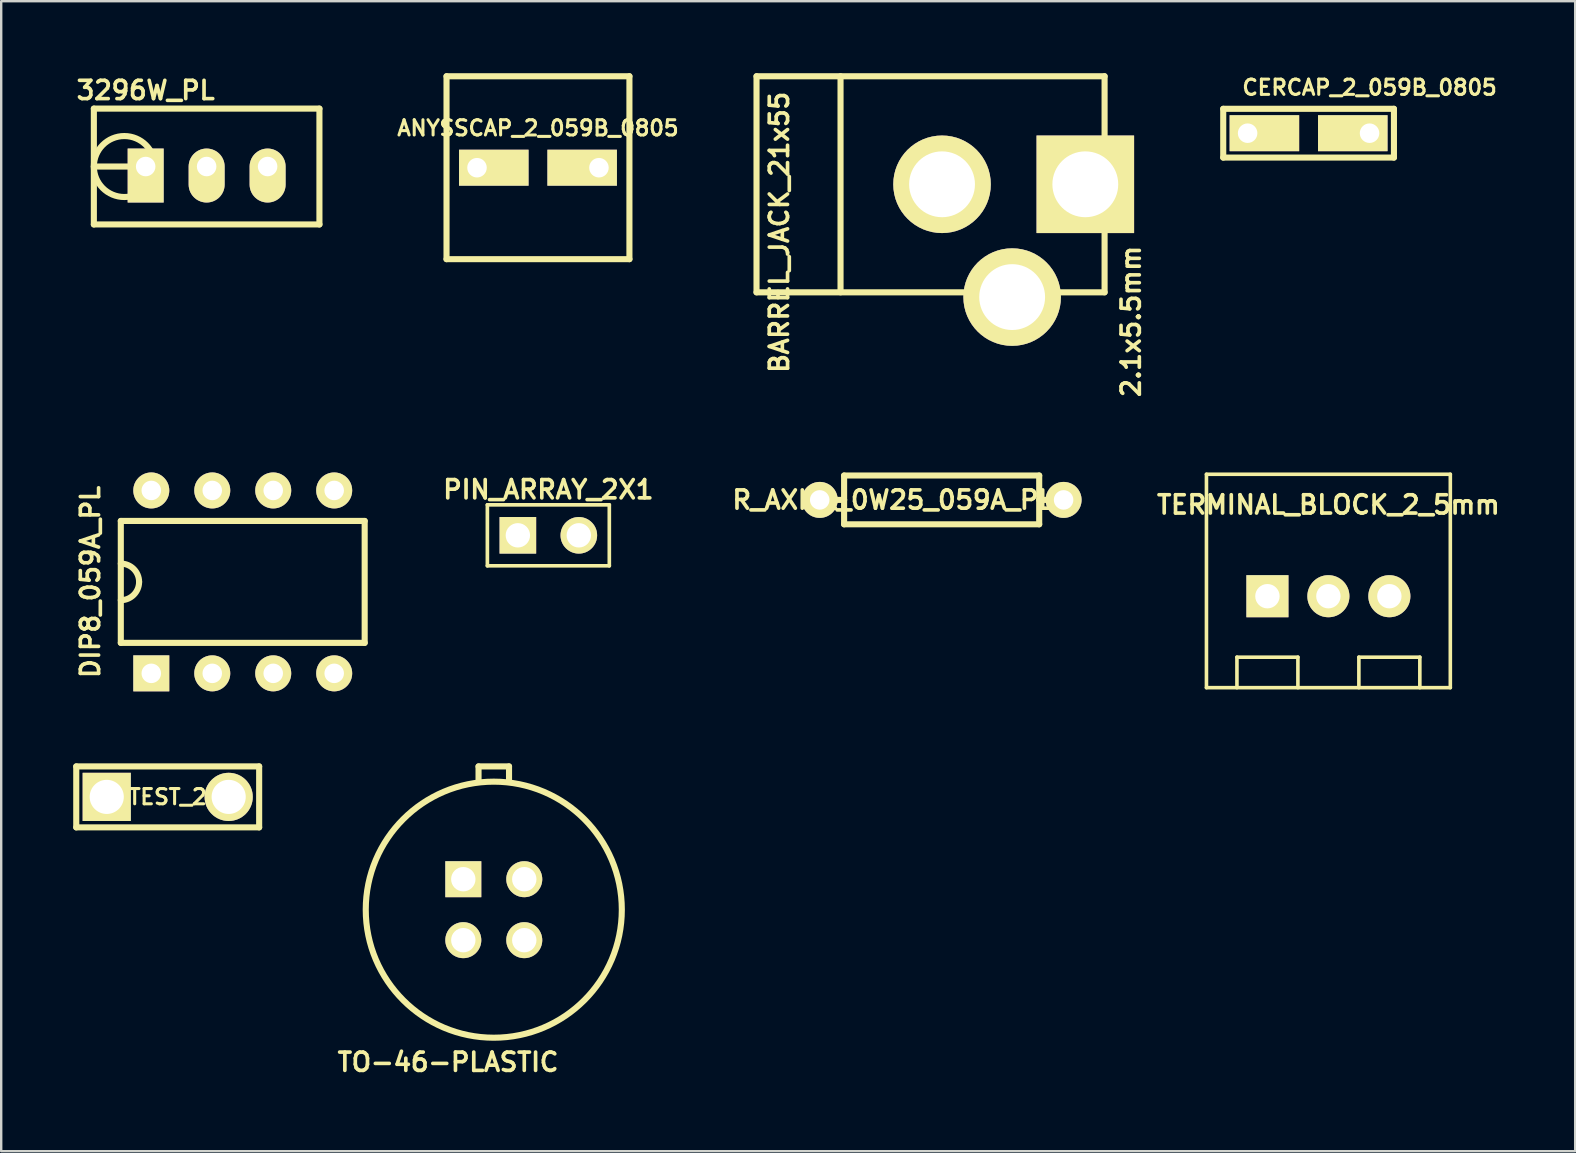
<source format=kicad_pcb>
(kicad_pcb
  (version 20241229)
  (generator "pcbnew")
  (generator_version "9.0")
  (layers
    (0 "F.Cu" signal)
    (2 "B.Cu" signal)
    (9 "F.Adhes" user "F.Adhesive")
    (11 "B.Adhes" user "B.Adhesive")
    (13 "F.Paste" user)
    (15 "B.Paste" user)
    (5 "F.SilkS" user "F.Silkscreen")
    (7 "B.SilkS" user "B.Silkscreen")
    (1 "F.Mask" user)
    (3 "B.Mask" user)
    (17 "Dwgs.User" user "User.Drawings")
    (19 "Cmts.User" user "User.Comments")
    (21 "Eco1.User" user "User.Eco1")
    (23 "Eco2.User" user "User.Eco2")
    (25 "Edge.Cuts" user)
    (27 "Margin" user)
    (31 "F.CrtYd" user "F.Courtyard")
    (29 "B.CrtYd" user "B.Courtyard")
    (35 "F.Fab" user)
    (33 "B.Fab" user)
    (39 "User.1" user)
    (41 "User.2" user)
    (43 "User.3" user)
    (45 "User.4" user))
  (footprint "3296W_PL"
    (layer "F.Cu")
    (at 5.559 3.888)
    (property "Reference" "3296W_PL" (at -2.54 -3.175 0) (layer "F.SilkS") (effects (font (size 0.762 0.762) (thickness 0.152))))
    (attr through_hole)
    (fp_line (start -4.699 -2.413) (end 4.699 -2.413) (stroke (width 0.254) (type solid)) (layer "F.SilkS"))
    (fp_line (start -4.699 0) (end -2.159 0) (stroke (width 0.254) (type solid)) (layer "F.SilkS"))
    (fp_line (start -4.699 2.413) (end -4.699 -2.413) (stroke (width 0.254) (type solid)) (layer "F.SilkS"))
    (fp_line (start 4.699 -2.413) (end 4.699 2.413) (stroke (width 0.254) (type solid)) (layer "F.SilkS"))
    (fp_line (start 4.699 2.413) (end -4.699 2.413) (stroke (width 0.254) (type solid)) (layer "F.SilkS"))
    (fp_circle (center -3.429 0) (end -4.699 0) (stroke (width 0.254) (type solid)) (fill no) (layer "F.SilkS"))
    (pad "1" thru_hole rect (at -2.54 0) (size 1.499 2.248) (drill 0.813 (offset 0 0.375)) (layers "*.Cu" "*.Mask" "F.SilkS"))
    (pad "2" thru_hole oval (at 0 0) (size 1.499 2.248) (drill 0.813 (offset 0 0.375)) (layers "*.Cu" "*.Mask" "F.SilkS"))
    (pad "3" thru_hole oval (at 2.54 0) (size 1.499 2.248) (drill 0.813 (offset 0 0.375)) (layers "*.Cu" "*.Mask" "F.SilkS")))
  (footprint "BARREL_JACK_21x55"
    (layer "F.Cu")
    (at 42.166 4.628)
    (property "Reference" "BARREL_JACK_21x55" (at -12.75 2 90) (layer "F.SilkS") (effects (font (size 0.762 0.762) (thickness 0.152))))
    (attr through_hole)
    (fp_line (start -13.698 -4.501) (end -13.698 4.501) (stroke (width 0.254) (type solid)) (layer "F.SilkS"))
    (fp_line (start -13.698 4.501) (end 0.803 4.501) (stroke (width 0.254) (type solid)) (layer "F.SilkS"))
    (fp_line (start -10.198 -4.501) (end -10.198 4.501) (stroke (width 0.254) (type solid)) (layer "F.SilkS"))
    (fp_line (start 0.803 -4.501) (end -13.698 -4.501) (stroke (width 0.254) (type solid)) (layer "F.SilkS"))
    (fp_line (start 0.803 4.501) (end 0.803 -4.501) (stroke (width 0.254) (type solid)) (layer "F.SilkS"))
    (fp_text user "2.1x5.5mm" (at 1.905 5.715 90) (layer "F.SilkS") (effects (font (size 0.762 0.762) (thickness 0.152))))
    (pad "1" thru_hole rect (at 0 0) (size 4.064 4.064) (drill 2.743) (layers "*.Cu" "*.Mask" "F.SilkS"))
    (pad "2" thru_hole circle (at -5.969 0) (size 4.064 4.064) (drill 2.743) (layers "*.Cu" "*.Mask" "F.SilkS"))
    (pad "3" thru_hole circle (at -3.048 4.699) (size 4.064 4.064) (drill 2.743) (layers "*.Cu" "*.Mask" "F.SilkS")))
  (footprint "R_AXIAL_0W25_059A_PL"
    (layer "F.Cu")
    (at 31.101 17.777)
    (property "Reference" "R_AXIAL_0W25_059A_PL" (at 3.048 0 0) (layer "F.SilkS") (effects (font (size 0.762 0.762) (thickness 0.152))))
    (attr through_hole)
    (fp_line (start 0 0) (end 1.016 0) (stroke (width 0.254) (type solid)) (layer "F.SilkS"))
    (fp_line (start 1.016 -1.016) (end 9.144 -1.016) (stroke (width 0.254) (type solid)) (layer "F.SilkS"))
    (fp_line (start 1.016 0) (end 1.016 -1.016) (stroke (width 0.254) (type solid)) (layer "F.SilkS"))
    (fp_line (start 1.016 1.016) (end 1.016 0) (stroke (width 0.254) (type solid)) (layer "F.SilkS"))
    (fp_line (start 9.144 -1.016) (end 9.144 1.016) (stroke (width 0.254) (type solid)) (layer "F.SilkS"))
    (fp_line (start 9.144 1.016) (end 1.016 1.016) (stroke (width 0.254) (type solid)) (layer "F.SilkS"))
    (fp_line (start 10.16 0) (end 9.144 0) (stroke (width 0.254) (type solid)) (layer "F.SilkS"))
    (pad "1" thru_hole oval (at 0 0) (size 1.499 1.499) (drill 0.813) (layers "*.Cu" "*.Mask" "F.SilkS"))
    (pad "2" thru_hole oval (at 10.16 0) (size 1.499 1.499) (drill 0.813) (layers "*.Cu" "*.Mask" "F.SilkS")))
  (footprint "TERMINAL_BLOCK_2_5mm"
    (layer "F.Cu")
    (at 52.293 21.789)
    (property "Reference" "TERMINAL_BLOCK_2_5mm" (at 0 -3.81 0) (layer "F.SilkS") (effects (font (size 0.762 0.762) (thickness 0.152))))
    (attr through_hole)
    (fp_line (start -5.08 -5.08) (end -5.08 3.81) (stroke (width 0.15) (type solid)) (layer "F.SilkS"))
    (fp_line (start -5.08 3.81) (end 5.08 3.81) (stroke (width 0.15) (type solid)) (layer "F.SilkS"))
    (fp_line (start -3.81 2.54) (end -1.27 2.54) (stroke (width 0.15) (type solid)) (layer "F.SilkS"))
    (fp_line (start -3.81 3.81) (end -3.81 2.54) (stroke (width 0.15) (type solid)) (layer "F.SilkS"))
    (fp_line (start -1.27 2.54) (end -1.27 3.81) (stroke (width 0.15) (type solid)) (layer "F.SilkS"))
    (fp_line (start 1.27 2.54) (end 3.81 2.54) (stroke (width 0.15) (type solid)) (layer "F.SilkS"))
    (fp_line (start 1.27 3.81) (end 1.27 2.54) (stroke (width 0.15) (type solid)) (layer "F.SilkS"))
    (fp_line (start 3.81 2.54) (end 3.81 3.81) (stroke (width 0.15) (type solid)) (layer "F.SilkS"))
    (fp_line (start 5.08 -5.08) (end -5.08 -5.08) (stroke (width 0.15) (type solid)) (layer "F.SilkS"))
    (fp_line (start 5.08 3.81) (end 5.08 -5.08) (stroke (width 0.15) (type solid)) (layer "F.SilkS"))
    (pad "1" thru_hole rect (at -2.54 0) (size 1.753 1.753) (drill 1.016) (layers "*.Cu" "*.Mask" "F.SilkS"))
    (pad "2" thru_hole circle (at 0 0) (size 1.753 1.753) (drill 1.016) (layers "*.Cu" "*.Mask" "F.SilkS"))
    (pad "2" thru_hole circle (at 2.54 0) (size 1.753 1.753) (drill 1.016) (layers "*.Cu" "*.Mask" "F.SilkS")))
  (footprint "CERCAP_2_059B_0805"
    (layer "F.Cu")
    (at 51.468 2.499)
    (property "Reference" "CERCAP_2_059B_0805" (at 2.54 -1.905 0) (layer "F.SilkS") (effects (font (size 0.635 0.635) (thickness 0.127))))
    (attr through_hole)
    (fp_line (start -3.556 -1.016) (end 3.556 -1.016) (stroke (width 0.254) (type solid)) (layer "F.SilkS"))
    (fp_line (start -3.556 1.016) (end -3.556 -1.016) (stroke (width 0.254) (type solid)) (layer "F.SilkS"))
    (fp_line (start 3.556 -1.016) (end 3.556 1.016) (stroke (width 0.254) (type solid)) (layer "F.SilkS"))
    (fp_line (start 3.556 1.016) (end -3.556 1.016) (stroke (width 0.254) (type solid)) (layer "F.SilkS"))
    (pad "1" thru_hole rect (at -2.54 0) (size 2.896 1.499) (drill 0.813 (offset 0.699 0)) (layers "*.Cu" "*.Mask" "F.SilkS"))
    (pad "2" thru_hole rect (at 2.54 0) (size 2.896 1.499) (drill 0.813 (offset -0.699 0)) (layers "*.Cu" "*.Mask" "F.SilkS")))
  (footprint "TO-46-PLASTIC"
    (layer "F.Cu")
    (at 17.522 34.849)
    (property "Reference" "TO-46-PLASTIC" (at -1.905 6.35 0) (layer "F.SilkS") (effects (font (size 0.762 0.762) (thickness 0.152))))
    (attr through_hole)
    (fp_line (start -0.635 -5.969) (end -0.635 -5.334) (stroke (width 0.254) (type solid)) (layer "F.SilkS"))
    (fp_line (start -0.635 -5.969) (end 0.635 -5.969) (stroke (width 0.254) (type solid)) (layer "F.SilkS"))
    (fp_line (start 0.635 -5.969) (end 0.635 -5.334) (stroke (width 0.254) (type solid)) (layer "F.SilkS"))
    (fp_circle (center 0 0) (end -5.334 0) (stroke (width 0.254) (type solid)) (fill no) (layer "F.SilkS"))
    (pad "1" thru_hole rect (at -1.27 -1.27) (size 1.499 1.499) (drill 1.016) (layers "*.Cu" "*.Mask" "F.SilkS"))
    (pad "2" thru_hole circle (at -1.27 1.27) (size 1.499 1.499) (drill 1.016) (layers "*.Cu" "*.Mask" "F.SilkS"))
    (pad "3" thru_hole circle (at 1.27 1.27) (size 1.499 1.499) (drill 1.016) (layers "*.Cu" "*.Mask" "F.SilkS"))
    (pad "4" thru_hole circle (at 1.27 -1.27) (size 1.499 1.499) (drill 1.016) (layers "*.Cu" "*.Mask" "F.SilkS")))
  (footprint "PIN_ARRAY_2X1"
    (layer "F.Cu")
    (at 19.795 19.252)
    (property "Reference" "PIN_ARRAY_2X1" (at 0 -1.905 0) (layer "F.SilkS") (effects (font (size 0.762 0.762) (thickness 0.152))))
    (attr through_hole)
    (fp_line (start -2.54 -1.27) (end 2.54 -1.27) (stroke (width 0.152) (type solid)) (layer "F.SilkS"))
    (fp_line (start -2.54 1.27) (end -2.54 -1.27) (stroke (width 0.152) (type solid)) (layer "F.SilkS"))
    (fp_line (start 2.54 -1.27) (end 2.54 1.27) (stroke (width 0.152) (type solid)) (layer "F.SilkS"))
    (fp_line (start 2.54 1.27) (end -2.54 1.27) (stroke (width 0.152) (type solid)) (layer "F.SilkS"))
    (pad "1" thru_hole rect (at -1.27 0) (size 1.524 1.524) (drill 1.016) (layers "*.Cu" "*.Mask" "F.SilkS"))
    (pad "2" thru_hole circle (at 1.27 0) (size 1.524 1.524) (drill 1.016) (layers "*.Cu" "*.Mask" "F.SilkS")))
  (footprint "DIP8_059A_PL"
    (layer "F.Cu")
    (at 3.253 25.003)
    (property "Reference" "DIP8_059A_PL" (at -2.54 -3.81 90) (layer "F.SilkS") (effects (font (size 0.762 0.762) (thickness 0.152))))
    (attr through_hole)
    (fp_line (start -1.27 -6.35) (end 8.89 -6.35) (stroke (width 0.254) (type solid)) (layer "F.SilkS"))
    (fp_line (start -1.27 -1.27) (end -1.27 -6.35) (stroke (width 0.254) (type solid)) (layer "F.SilkS"))
    (fp_line (start 8.89 -6.35) (end 8.89 -1.27) (stroke (width 0.254) (type solid)) (layer "F.SilkS"))
    (fp_line (start 8.89 -1.27) (end -1.27 -1.27) (stroke (width 0.254) (type solid)) (layer "F.SilkS"))
    (fp_arc (start -1.27 -4.572) (mid -0.731185 -4.348815) (end -0.508 -3.81) (stroke (width 0.254) (type solid)) (layer "F.SilkS"))
    (fp_arc (start -0.508 -3.81) (mid -0.731185 -3.271185) (end -1.27 -3.048) (stroke (width 0.254) (type solid)) (layer "F.SilkS"))
    (pad "1" thru_hole rect (at 0 0) (size 1.499 1.499) (drill 0.813) (layers "*.Cu" "*.Mask" "F.SilkS"))
    (pad "2" thru_hole oval (at 2.54 0) (size 1.499 1.499) (drill 0.813) (layers "*.Cu" "*.Mask" "F.SilkS"))
    (pad "3" thru_hole oval (at 5.08 0) (size 1.499 1.499) (drill 0.813) (layers "*.Cu" "*.Mask" "F.SilkS"))
    (pad "4" thru_hole oval (at 7.62 0) (size 1.499 1.499) (drill 0.813) (layers "*.Cu" "*.Mask" "F.SilkS"))
    (pad "5" thru_hole oval (at 7.62 -7.62) (size 1.499 1.499) (drill 0.813) (layers "*.Cu" "*.Mask" "F.SilkS"))
    (pad "6" thru_hole oval (at 5.08 -7.62) (size 1.499 1.499) (drill 0.813) (layers "*.Cu" "*.Mask" "F.SilkS"))
    (pad "7" thru_hole oval (at 2.54 -7.62) (size 1.499 1.499) (drill 0.813) (layers "*.Cu" "*.Mask" "F.SilkS"))
    (pad "8" thru_hole oval (at 0 -7.62) (size 1.499 1.499) (drill 0.813) (layers "*.Cu" "*.Mask" "F.SilkS")))
  (footprint "TEST_2"
    (layer "F.Cu")
    (at 3.937 30.15)
    (property "Reference" "TEST_2" (at 0 0 0) (layer "F.SilkS") (effects (font (size 0.635 0.635) (thickness 0.127))))
    (attr through_hole)
    (fp_line (start -3.81 -1.27) (end -3.81 1.27) (stroke (width 0.254) (type solid)) (layer "F.SilkS"))
    (fp_line (start -3.81 -1.27) (end 3.81 -1.27) (stroke (width 0.254) (type solid)) (layer "F.SilkS"))
    (fp_line (start -3.81 1.27) (end 3.81 1.27) (stroke (width 0.254) (type solid)) (layer "F.SilkS"))
    (fp_line (start 3.81 -1.27) (end 3.81 1.27) (stroke (width 0.254) (type solid)) (layer "F.SilkS"))
    (pad "1" thru_hole rect (at -2.54 0) (size 2.007 2.007) (drill 1.422) (layers "*.Cu" "*.Mask" "F.SilkS"))
    (pad "2" thru_hole circle (at 2.54 0) (size 2.007 2.007) (drill 1.422) (layers "*.Cu" "*.Mask" "F.SilkS")))
  (footprint "ANYSSCAP_2_059B_0805"
    (layer "F.Cu")
    (at 19.363 3.937)
    (property "Reference" "ANYSSCAP_2_059B_0805" (at 0 -1.651 0) (layer "F.SilkS") (effects (font (size 0.635 0.635) (thickness 0.127))))
    (attr through_hole)
    (fp_line (start -3.81 -3.81) (end -3.81 3.81) (stroke (width 0.254) (type solid)) (layer "F.SilkS"))
    (fp_line (start -3.81 -3.81) (end 3.81 -3.81) (stroke (width 0.254) (type solid)) (layer "F.SilkS"))
    (fp_line (start -3.81 3.81) (end 3.81 3.81) (stroke (width 0.254) (type solid)) (layer "F.SilkS"))
    (fp_line (start 3.81 -3.81) (end 3.81 3.81) (stroke (width 0.254) (type solid)) (layer "F.SilkS"))
    (pad "1" thru_hole rect (at -2.54 0) (size 2.896 1.499) (drill 0.813 (offset 0.699 0)) (layers "*.Cu" "*.Mask" "F.SilkS"))
    (pad "2" thru_hole rect (at 2.54 0) (size 2.896 1.499) (drill 0.813 (offset -0.699 0)) (layers "*.Cu" "*.Mask" "F.SilkS")))
  (gr_rect
    (start -3 -3)
    (end 62.575 44.912)
    (stroke (width 0.1) (type default))
    (fill no)
    (layer "Edge.Cuts")))
</source>
